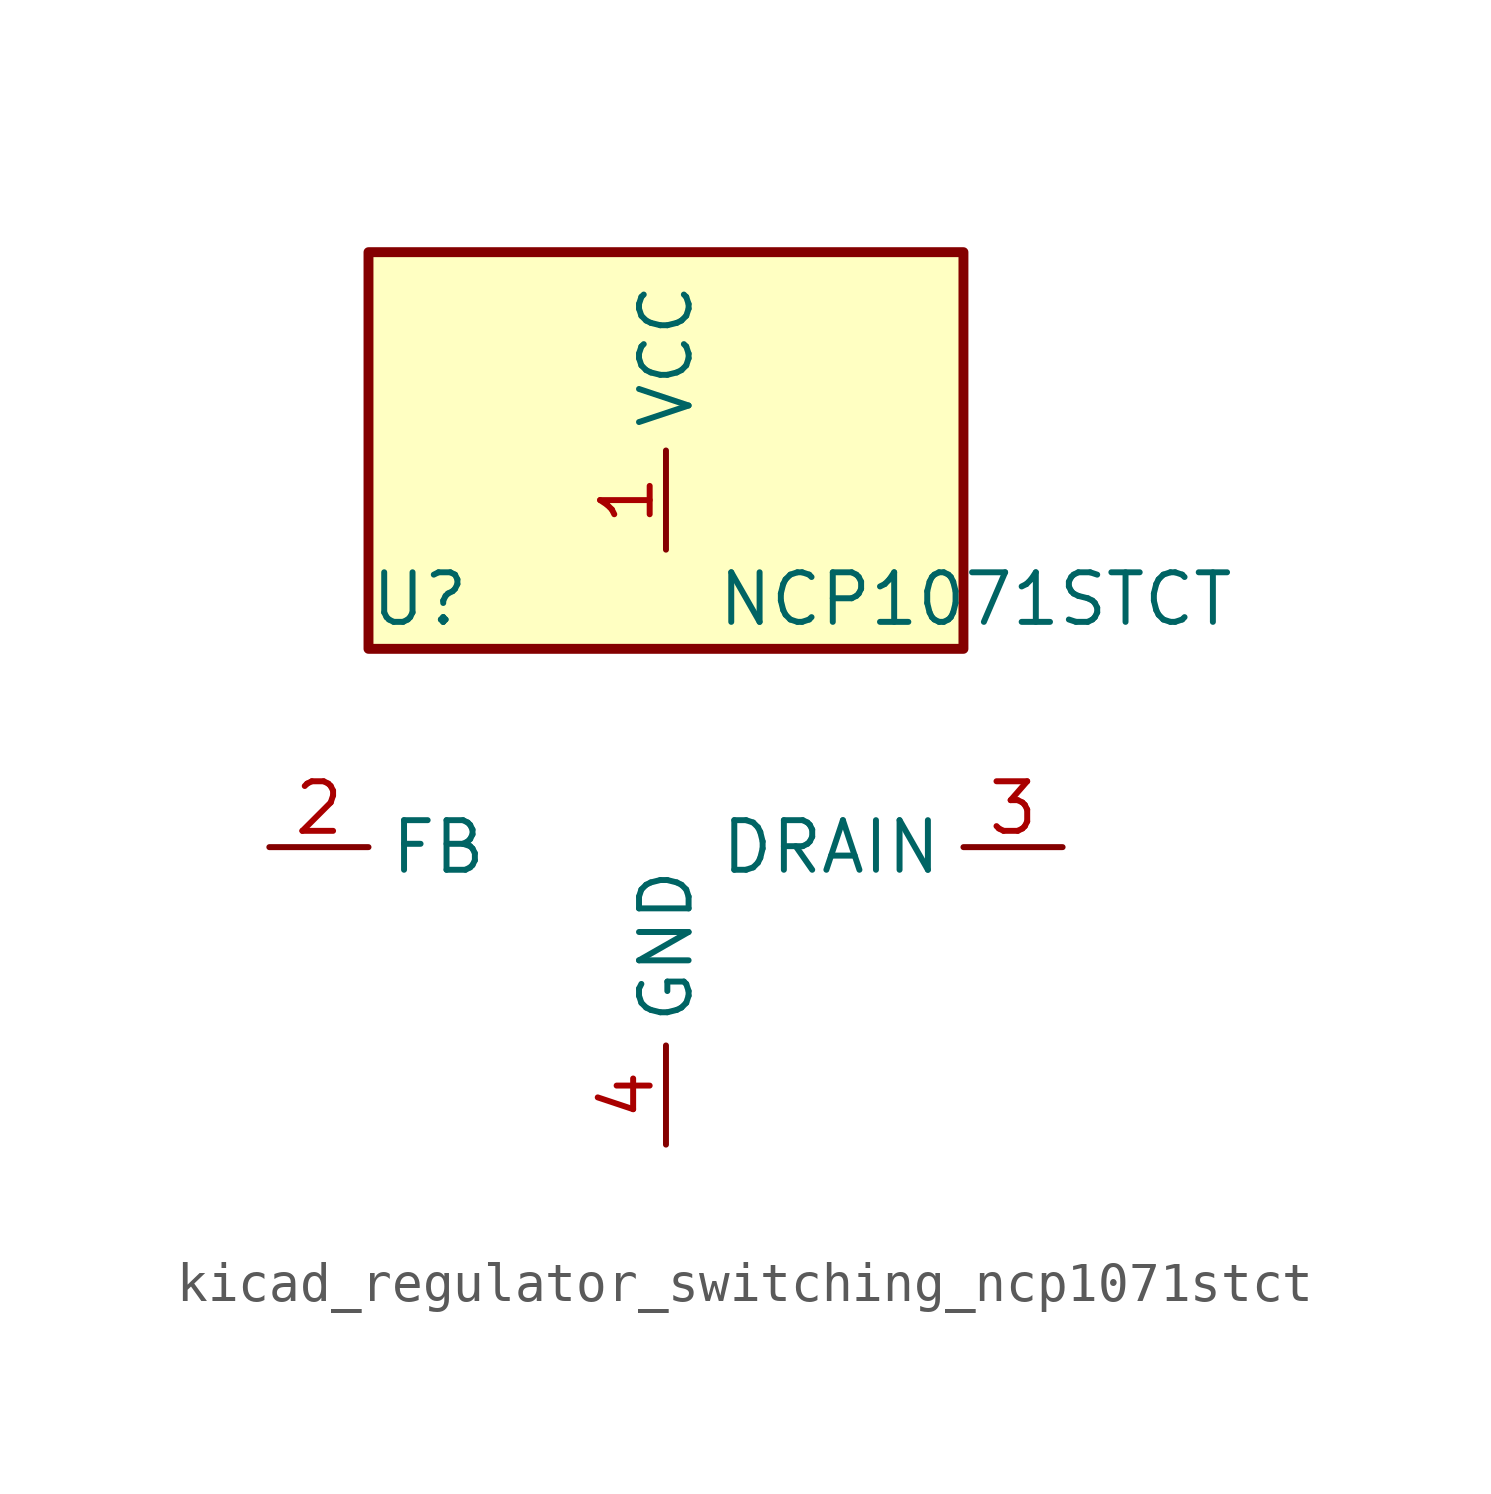
<source format=kicad_sym>
(kicad_symbol_lib
  (version 20220914)
  (generator kicad_symbol_editor)
  (symbol "kicad_regulator_switching_ncp1071stct"
    (property "Reference" "U"
      (at -7.62 6.35 0)
      (effects (font (size 1.27 1.27)) (justify left)))
    (property "Value" "NCP1071STCT"
      (at 1.27 6.35 0)
      (effects (font (size 1.27 1.27)) (justify left)))
    (symbol "kicad_regulator_switching_ncp1071stct_0_1"
      (rectangle (start 7.62 15.24) (end -7.62 5.08) (stroke (width 0.254) (type default)) (fill (type background))))
    (symbol "kicad_regulator_switching_ncp1071stct_1_1"
      (pin power_in line (at 0 7.62 90) (length 2.54) (name "VCC" (effects (font (size 1.27 1.27)))) (number "1" (effects (font (size 1.27 1.27)))))
      (pin input line (at -10.16 0 0) (length 2.54) (name "FB" (effects (font (size 1.27 1.27)))) (number "2" (effects (font (size 1.27 1.27)))))
      (pin open_collector line (at 10.16 0 180) (length 2.54) (name "DRAIN" (effects (font (size 1.27 1.27)))) (number "3" (effects (font (size 1.27 1.27)))))
      (pin power_in line (at 0 -7.62 90) (length 2.54) (name "GND" (effects (font (size 1.27 1.27)))) (number "4" (effects (font (size 1.27 1.27))))))))
</source>
